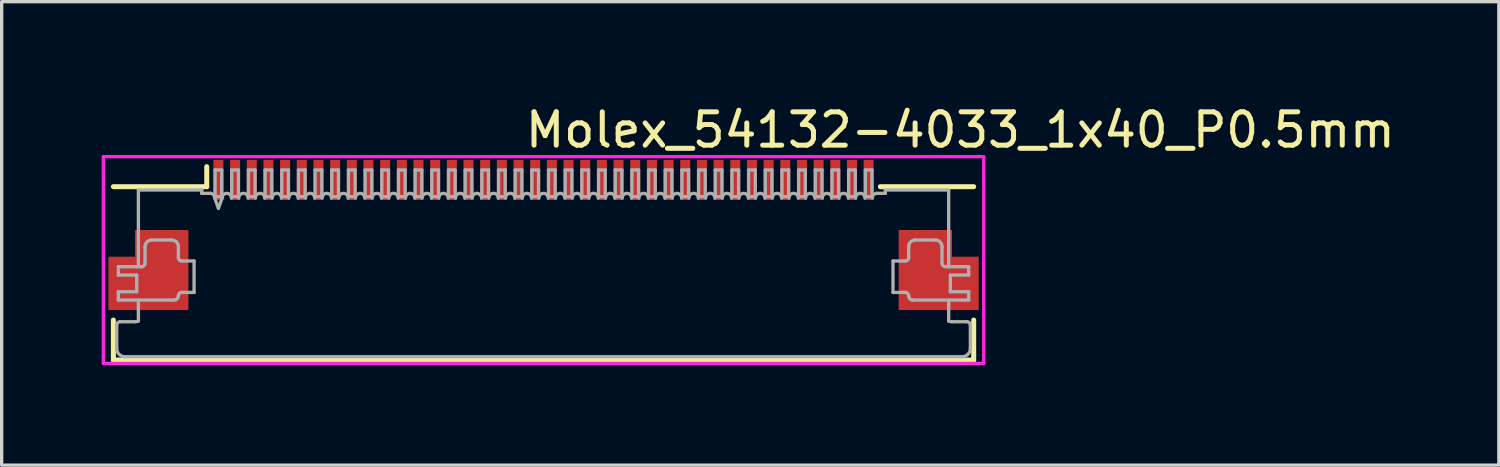
<source format=kicad_pcb>
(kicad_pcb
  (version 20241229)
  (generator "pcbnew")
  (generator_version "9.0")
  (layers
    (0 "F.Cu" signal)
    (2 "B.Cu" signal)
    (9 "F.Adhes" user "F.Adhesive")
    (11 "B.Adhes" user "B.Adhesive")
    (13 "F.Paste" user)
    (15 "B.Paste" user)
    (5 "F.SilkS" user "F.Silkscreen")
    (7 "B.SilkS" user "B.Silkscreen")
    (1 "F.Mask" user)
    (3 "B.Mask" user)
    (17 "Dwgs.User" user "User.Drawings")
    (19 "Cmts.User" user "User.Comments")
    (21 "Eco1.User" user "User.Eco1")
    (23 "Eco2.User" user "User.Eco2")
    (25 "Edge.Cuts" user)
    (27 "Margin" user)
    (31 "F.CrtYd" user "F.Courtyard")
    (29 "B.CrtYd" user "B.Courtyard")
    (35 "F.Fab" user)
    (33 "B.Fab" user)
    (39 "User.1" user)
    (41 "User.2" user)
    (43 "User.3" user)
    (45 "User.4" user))
  (footprint "Molex_54132-4033_1x40_P0.5mm"
    (layer "F.Cu")
    (at 13.25 2.348)
    (property "Reference" "Molex_54132-4033_1x40_P0.5mm" (at 12.5 -1.5 0) (layer "F.SilkS") (effects (font (size 1 1) (thickness 0.15))))
    (attr smd)
    (fp_line (start -12.9 5.4) (end -12.9 4.2) (stroke (width 0.15) (type solid)) (layer "F.SilkS"))
    (fp_line (start -12.9 5.4) (end 12.9 5.4) (stroke (width 0.15) (type solid)) (layer "F.SilkS"))
    (fp_line (start -10.1 -0.4) (end -10.1 0.2) (stroke (width 0.15) (type solid)) (layer "F.SilkS"))
    (fp_line (start -10.1 0.2) (end -12.9 0.2) (stroke (width 0.15) (type solid)) (layer "F.SilkS"))
    (fp_line (start 10.1 0.2) (end 12.9 0.2) (stroke (width 0.15) (type solid)) (layer "F.SilkS"))
    (fp_line (start 12.9 5.4) (end 12.9 4.2) (stroke (width 0.15) (type solid)) (layer "F.SilkS"))
    (fp_line (start -13.2 -0.7) (end -13.2 5.5) (stroke (width 0.1) (type solid)) (layer "F.CrtYd"))
    (fp_line (start -13.2 5.5) (end 13.2 5.5) (stroke (width 0.1) (type solid)) (layer "F.CrtYd"))
    (fp_line (start 13.2 -0.7) (end -13.2 -0.7) (stroke (width 0.1) (type solid)) (layer "F.CrtYd"))
    (fp_line (start 13.2 5.5) (end 13.2 -0.7) (stroke (width 0.1) (type solid)) (layer "F.CrtYd"))
    (fp_line (start -12.8 4.35) (end -12.8 5.05) (stroke (width 0.1) (type solid)) (layer "F.Fab"))
    (fp_line (start -12.75 2.6) (end -12.75 2.85) (stroke (width 0.1) (type solid)) (layer "F.Fab"))
    (fp_line (start -12.75 3.35) (end -12.75 3.6) (stroke (width 0.1) (type solid)) (layer "F.Fab"))
    (fp_line (start -12.7 4.25) (end -12.25 4.25) (stroke (width 0.1) (type solid)) (layer "F.Fab"))
    (fp_line (start -12.55 5.3) (end 12.55 5.3) (stroke (width 0.1) (type solid)) (layer "F.Fab"))
    (fp_line (start -12.2 2.85) (end -12.75 2.85) (stroke (width 0.1) (type solid)) (layer "F.Fab"))
    (fp_line (start -12.2 2.85) (end -12.2 3.35) (stroke (width 0.1) (type solid)) (layer "F.Fab"))
    (fp_line (start -12.2 3.35) (end -12.75 3.35) (stroke (width 0.1) (type solid)) (layer "F.Fab"))
    (fp_line (start -12.15 2.6) (end -12.15 0.3) (stroke (width 0.1) (type solid)) (layer "F.Fab"))
    (fp_line (start -12.15 4.229) (end -12.15 3.6) (stroke (width 0.1) (type solid)) (layer "F.Fab"))
    (fp_line (start -12.05 2.6) (end -12.75 2.6) (stroke (width 0.1) (type solid)) (layer "F.Fab"))
    (fp_line (start -11.95 2) (end -11.95 2.5) (stroke (width 0.1) (type solid)) (layer "F.Fab"))
    (fp_line (start -11.15 1.8) (end -11.75 1.8) (stroke (width 0.1) (type solid)) (layer "F.Fab"))
    (fp_line (start -11.08 3.6) (end -12.75 3.6) (stroke (width 0.1) (type solid)) (layer "F.Fab"))
    (fp_line (start -10.95 2) (end -10.95 2.33) (stroke (width 0.1) (type solid)) (layer "F.Fab"))
    (fp_line (start -10.48 2.43) (end -10.85 2.43) (stroke (width 0.1) (type solid)) (layer "F.Fab"))
    (fp_line (start -10.48 2.43) (end -10.48 3.37) (stroke (width 0.1) (type solid)) (layer "F.Fab"))
    (fp_line (start -10.48 3.37) (end -10.85 3.37) (stroke (width 0.1) (type solid)) (layer "F.Fab"))
    (fp_line (start -10.25 0.3) (end -12.15 0.3) (stroke (width 0.1) (type solid)) (layer "F.Fab"))
    (fp_line (start -10.25 0.4) (end -10.25 0.3) (stroke (width 0.1) (type solid)) (layer "F.Fab"))
    (fp_line (start -10 0.4) (end -10.25 0.4) (stroke (width 0.1) (type solid)) (layer "F.Fab"))
    (fp_line (start -9.86 0.54) (end -9.75 0.85) (stroke (width 0.1) (type solid)) (layer "F.Fab"))
    (fp_line (start -9.85 -0.3) (end -9.85 0.5) (stroke (width 0.1) (type solid)) (layer "F.Fab"))
    (fp_line (start -9.75 0.85) (end -9.64 0.54) (stroke (width 0.1) (type solid)) (layer "F.Fab"))
    (fp_line (start -9.65 -0.3) (end -9.85 -0.3) (stroke (width 0.1) (type solid)) (layer "F.Fab"))
    (fp_line (start -9.65 -0.3) (end -9.65 0.5) (stroke (width 0.1) (type solid)) (layer "F.Fab"))
    (fp_line (start -9.65 0.5) (end -9.85 0.5) (stroke (width 0.1) (type solid)) (layer "F.Fab"))
    (fp_line (start -9.35 -0.3) (end -9.35 0.5) (stroke (width 0.1) (type solid)) (layer "F.Fab"))
    (fp_line (start -9.15 -0.3) (end -9.35 -0.3) (stroke (width 0.1) (type solid)) (layer "F.Fab"))
    (fp_line (start -9.15 -0.3) (end -9.15 0.5) (stroke (width 0.1) (type solid)) (layer "F.Fab"))
    (fp_line (start -9.15 0.5) (end -9.35 0.5) (stroke (width 0.1) (type solid)) (layer "F.Fab"))
    (fp_line (start -8.85 -0.3) (end -8.85 0.5) (stroke (width 0.1) (type solid)) (layer "F.Fab"))
    (fp_line (start -8.65 -0.3) (end -8.85 -0.3) (stroke (width 0.1) (type solid)) (layer "F.Fab"))
    (fp_line (start -8.65 -0.3) (end -8.65 0.5) (stroke (width 0.1) (type solid)) (layer "F.Fab"))
    (fp_line (start -8.65 0.5) (end -8.85 0.5) (stroke (width 0.1) (type solid)) (layer "F.Fab"))
    (fp_line (start -8.35 -0.3) (end -8.35 0.5) (stroke (width 0.1) (type solid)) (layer "F.Fab"))
    (fp_line (start -8.15 -0.3) (end -8.35 -0.3) (stroke (width 0.1) (type solid)) (layer "F.Fab"))
    (fp_line (start -8.15 -0.3) (end -8.15 0.5) (stroke (width 0.1) (type solid)) (layer "F.Fab"))
    (fp_line (start -8.15 0.5) (end -8.35 0.5) (stroke (width 0.1) (type solid)) (layer "F.Fab"))
    (fp_line (start -7.85 -0.3) (end -7.85 0.5) (stroke (width 0.1) (type solid)) (layer "F.Fab"))
    (fp_line (start -7.65 -0.3) (end -7.85 -0.3) (stroke (width 0.1) (type solid)) (layer "F.Fab"))
    (fp_line (start -7.65 -0.3) (end -7.65 0.5) (stroke (width 0.1) (type solid)) (layer "F.Fab"))
    (fp_line (start -7.65 0.5) (end -7.85 0.5) (stroke (width 0.1) (type solid)) (layer "F.Fab"))
    (fp_line (start -7.35 -0.3) (end -7.35 0.5) (stroke (width 0.1) (type solid)) (layer "F.Fab"))
    (fp_line (start -7.15 -0.3) (end -7.35 -0.3) (stroke (width 0.1) (type solid)) (layer "F.Fab"))
    (fp_line (start -7.15 -0.3) (end -7.15 0.5) (stroke (width 0.1) (type solid)) (layer "F.Fab"))
    (fp_line (start -7.15 0.5) (end -7.35 0.5) (stroke (width 0.1) (type solid)) (layer "F.Fab"))
    (fp_line (start -6.85 -0.3) (end -6.85 0.5) (stroke (width 0.1) (type solid)) (layer "F.Fab"))
    (fp_line (start -6.65 -0.3) (end -6.85 -0.3) (stroke (width 0.1) (type solid)) (layer "F.Fab"))
    (fp_line (start -6.65 -0.3) (end -6.65 0.5) (stroke (width 0.1) (type solid)) (layer "F.Fab"))
    (fp_line (start -6.65 0.5) (end -6.85 0.5) (stroke (width 0.1) (type solid)) (layer "F.Fab"))
    (fp_line (start -6.35 -0.3) (end -6.35 0.5) (stroke (width 0.1) (type solid)) (layer "F.Fab"))
    (fp_line (start -6.15 -0.3) (end -6.35 -0.3) (stroke (width 0.1) (type solid)) (layer "F.Fab"))
    (fp_line (start -6.15 -0.3) (end -6.15 0.5) (stroke (width 0.1) (type solid)) (layer "F.Fab"))
    (fp_line (start -6.15 0.5) (end -6.35 0.5) (stroke (width 0.1) (type solid)) (layer "F.Fab"))
    (fp_line (start -5.85 -0.3) (end -5.85 0.5) (stroke (width 0.1) (type solid)) (layer "F.Fab"))
    (fp_line (start -5.65 -0.3) (end -5.85 -0.3) (stroke (width 0.1) (type solid)) (layer "F.Fab"))
    (fp_line (start -5.65 -0.3) (end -5.65 0.5) (stroke (width 0.1) (type solid)) (layer "F.Fab"))
    (fp_line (start -5.65 0.5) (end -5.85 0.5) (stroke (width 0.1) (type solid)) (layer "F.Fab"))
    (fp_line (start -5.35 -0.3) (end -5.35 0.5) (stroke (width 0.1) (type solid)) (layer "F.Fab"))
    (fp_line (start -5.15 -0.3) (end -5.35 -0.3) (stroke (width 0.1) (type solid)) (layer "F.Fab"))
    (fp_line (start -5.15 -0.3) (end -5.15 0.5) (stroke (width 0.1) (type solid)) (layer "F.Fab"))
    (fp_line (start -5.15 0.5) (end -5.35 0.5) (stroke (width 0.1) (type solid)) (layer "F.Fab"))
    (fp_line (start -4.85 -0.3) (end -4.85 0.5) (stroke (width 0.1) (type solid)) (layer "F.Fab"))
    (fp_line (start -4.65 -0.3) (end -4.85 -0.3) (stroke (width 0.1) (type solid)) (layer "F.Fab"))
    (fp_line (start -4.65 -0.3) (end -4.65 0.5) (stroke (width 0.1) (type solid)) (layer "F.Fab"))
    (fp_line (start -4.65 0.5) (end -4.85 0.5) (stroke (width 0.1) (type solid)) (layer "F.Fab"))
    (fp_line (start -4.35 -0.3) (end -4.35 0.5) (stroke (width 0.1) (type solid)) (layer "F.Fab"))
    (fp_line (start -4.15 -0.3) (end -4.35 -0.3) (stroke (width 0.1) (type solid)) (layer "F.Fab"))
    (fp_line (start -4.15 -0.3) (end -4.15 0.5) (stroke (width 0.1) (type solid)) (layer "F.Fab"))
    (fp_line (start -4.15 0.5) (end -4.35 0.5) (stroke (width 0.1) (type solid)) (layer "F.Fab"))
    (fp_line (start -3.85 -0.3) (end -3.85 0.5) (stroke (width 0.1) (type solid)) (layer "F.Fab"))
    (fp_line (start -3.65 -0.3) (end -3.85 -0.3) (stroke (width 0.1) (type solid)) (layer "F.Fab"))
    (fp_line (start -3.65 -0.3) (end -3.65 0.5) (stroke (width 0.1) (type solid)) (layer "F.Fab"))
    (fp_line (start -3.65 0.5) (end -3.85 0.5) (stroke (width 0.1) (type solid)) (layer "F.Fab"))
    (fp_line (start -3.35 -0.3) (end -3.35 0.5) (stroke (width 0.1) (type solid)) (layer "F.Fab"))
    (fp_line (start -3.15 -0.3) (end -3.35 -0.3) (stroke (width 0.1) (type solid)) (layer "F.Fab"))
    (fp_line (start -3.15 -0.3) (end -3.15 0.5) (stroke (width 0.1) (type solid)) (layer "F.Fab"))
    (fp_line (start -3.15 0.5) (end -3.35 0.5) (stroke (width 0.1) (type solid)) (layer "F.Fab"))
    (fp_line (start -2.85 -0.3) (end -2.85 0.5) (stroke (width 0.1) (type solid)) (layer "F.Fab"))
    (fp_line (start -2.65 -0.3) (end -2.85 -0.3) (stroke (width 0.1) (type solid)) (layer "F.Fab"))
    (fp_line (start -2.65 -0.3) (end -2.65 0.5) (stroke (width 0.1) (type solid)) (layer "F.Fab"))
    (fp_line (start -2.65 0.5) (end -2.85 0.5) (stroke (width 0.1) (type solid)) (layer "F.Fab"))
    (fp_line (start -2.35 -0.3) (end -2.35 0.5) (stroke (width 0.1) (type solid)) (layer "F.Fab"))
    (fp_line (start -2.15 -0.3) (end -2.35 -0.3) (stroke (width 0.1) (type solid)) (layer "F.Fab"))
    (fp_line (start -2.15 -0.3) (end -2.15 0.5) (stroke (width 0.1) (type solid)) (layer "F.Fab"))
    (fp_line (start -2.15 0.5) (end -2.35 0.5) (stroke (width 0.1) (type solid)) (layer "F.Fab"))
    (fp_line (start -1.85 -0.3) (end -1.85 0.5) (stroke (width 0.1) (type solid)) (layer "F.Fab"))
    (fp_line (start -1.65 -0.3) (end -1.85 -0.3) (stroke (width 0.1) (type solid)) (layer "F.Fab"))
    (fp_line (start -1.65 -0.3) (end -1.65 0.5) (stroke (width 0.1) (type solid)) (layer "F.Fab"))
    (fp_line (start -1.65 0.5) (end -1.85 0.5) (stroke (width 0.1) (type solid)) (layer "F.Fab"))
    (fp_line (start -1.35 -0.3) (end -1.35 0.5) (stroke (width 0.1) (type solid)) (layer "F.Fab"))
    (fp_line (start -1.15 -0.3) (end -1.35 -0.3) (stroke (width 0.1) (type solid)) (layer "F.Fab"))
    (fp_line (start -1.15 -0.3) (end -1.15 0.5) (stroke (width 0.1) (type solid)) (layer "F.Fab"))
    (fp_line (start -1.15 0.5) (end -1.35 0.5) (stroke (width 0.1) (type solid)) (layer "F.Fab"))
    (fp_line (start -0.85 -0.3) (end -0.85 0.5) (stroke (width 0.1) (type solid)) (layer "F.Fab"))
    (fp_line (start -0.65 -0.3) (end -0.85 -0.3) (stroke (width 0.1) (type solid)) (layer "F.Fab"))
    (fp_line (start -0.65 -0.3) (end -0.65 0.5) (stroke (width 0.1) (type solid)) (layer "F.Fab"))
    (fp_line (start -0.65 0.5) (end -0.85 0.5) (stroke (width 0.1) (type solid)) (layer "F.Fab"))
    (fp_line (start -0.35 -0.3) (end -0.35 0.5) (stroke (width 0.1) (type solid)) (layer "F.Fab"))
    (fp_line (start -0.15 -0.3) (end -0.35 -0.3) (stroke (width 0.1) (type solid)) (layer "F.Fab"))
    (fp_line (start -0.15 -0.3) (end -0.15 0.5) (stroke (width 0.1) (type solid)) (layer "F.Fab"))
    (fp_line (start -0.15 0.5) (end -0.35 0.5) (stroke (width 0.1) (type solid)) (layer "F.Fab"))
    (fp_line (start 0.15 -0.3) (end 0.15 0.5) (stroke (width 0.1) (type solid)) (layer "F.Fab"))
    (fp_line (start 0.35 -0.3) (end 0.15 -0.3) (stroke (width 0.1) (type solid)) (layer "F.Fab"))
    (fp_line (start 0.35 -0.3) (end 0.35 0.5) (stroke (width 0.1) (type solid)) (layer "F.Fab"))
    (fp_line (start 0.35 0.5) (end 0.15 0.5) (stroke (width 0.1) (type solid)) (layer "F.Fab"))
    (fp_line (start 0.65 -0.3) (end 0.65 0.5) (stroke (width 0.1) (type solid)) (layer "F.Fab"))
    (fp_line (start 0.85 -0.3) (end 0.65 -0.3) (stroke (width 0.1) (type solid)) (layer "F.Fab"))
    (fp_line (start 0.85 -0.3) (end 0.85 0.5) (stroke (width 0.1) (type solid)) (layer "F.Fab"))
    (fp_line (start 0.85 0.5) (end 0.65 0.5) (stroke (width 0.1) (type solid)) (layer "F.Fab"))
    (fp_line (start 1.15 -0.3) (end 1.15 0.5) (stroke (width 0.1) (type solid)) (layer "F.Fab"))
    (fp_line (start 1.35 -0.3) (end 1.15 -0.3) (stroke (width 0.1) (type solid)) (layer "F.Fab"))
    (fp_line (start 1.35 -0.3) (end 1.35 0.5) (stroke (width 0.1) (type solid)) (layer "F.Fab"))
    (fp_line (start 1.35 0.5) (end 1.15 0.5) (stroke (width 0.1) (type solid)) (layer "F.Fab"))
    (fp_line (start 1.65 -0.3) (end 1.65 0.5) (stroke (width 0.1) (type solid)) (layer "F.Fab"))
    (fp_line (start 1.85 -0.3) (end 1.65 -0.3) (stroke (width 0.1) (type solid)) (layer "F.Fab"))
    (fp_line (start 1.85 -0.3) (end 1.85 0.5) (stroke (width 0.1) (type solid)) (layer "F.Fab"))
    (fp_line (start 1.85 0.5) (end 1.65 0.5) (stroke (width 0.1) (type solid)) (layer "F.Fab"))
    (fp_line (start 2.15 -0.3) (end 2.15 0.5) (stroke (width 0.1) (type solid)) (layer "F.Fab"))
    (fp_line (start 2.35 -0.3) (end 2.15 -0.3) (stroke (width 0.1) (type solid)) (layer "F.Fab"))
    (fp_line (start 2.35 -0.3) (end 2.35 0.5) (stroke (width 0.1) (type solid)) (layer "F.Fab"))
    (fp_line (start 2.35 0.5) (end 2.15 0.5) (stroke (width 0.1) (type solid)) (layer "F.Fab"))
    (fp_line (start 2.65 -0.3) (end 2.65 0.5) (stroke (width 0.1) (type solid)) (layer "F.Fab"))
    (fp_line (start 2.85 -0.3) (end 2.65 -0.3) (stroke (width 0.1) (type solid)) (layer "F.Fab"))
    (fp_line (start 2.85 -0.3) (end 2.85 0.5) (stroke (width 0.1) (type solid)) (layer "F.Fab"))
    (fp_line (start 2.85 0.5) (end 2.65 0.5) (stroke (width 0.1) (type solid)) (layer "F.Fab"))
    (fp_line (start 3.15 -0.3) (end 3.15 0.5) (stroke (width 0.1) (type solid)) (layer "F.Fab"))
    (fp_line (start 3.35 -0.3) (end 3.15 -0.3) (stroke (width 0.1) (type solid)) (layer "F.Fab"))
    (fp_line (start 3.35 -0.3) (end 3.35 0.5) (stroke (width 0.1) (type solid)) (layer "F.Fab"))
    (fp_line (start 3.35 0.5) (end 3.15 0.5) (stroke (width 0.1) (type solid)) (layer "F.Fab"))
    (fp_line (start 3.65 -0.3) (end 3.65 0.5) (stroke (width 0.1) (type solid)) (layer "F.Fab"))
    (fp_line (start 3.85 -0.3) (end 3.65 -0.3) (stroke (width 0.1) (type solid)) (layer "F.Fab"))
    (fp_line (start 3.85 -0.3) (end 3.85 0.5) (stroke (width 0.1) (type solid)) (layer "F.Fab"))
    (fp_line (start 3.85 0.5) (end 3.65 0.5) (stroke (width 0.1) (type solid)) (layer "F.Fab"))
    (fp_line (start 4.15 -0.3) (end 4.15 0.5) (stroke (width 0.1) (type solid)) (layer "F.Fab"))
    (fp_line (start 4.35 -0.3) (end 4.15 -0.3) (stroke (width 0.1) (type solid)) (layer "F.Fab"))
    (fp_line (start 4.35 -0.3) (end 4.35 0.5) (stroke (width 0.1) (type solid)) (layer "F.Fab"))
    (fp_line (start 4.35 0.5) (end 4.15 0.5) (stroke (width 0.1) (type solid)) (layer "F.Fab"))
    (fp_line (start 4.65 -0.3) (end 4.65 0.5) (stroke (width 0.1) (type solid)) (layer "F.Fab"))
    (fp_line (start 4.85 -0.3) (end 4.65 -0.3) (stroke (width 0.1) (type solid)) (layer "F.Fab"))
    (fp_line (start 4.85 -0.3) (end 4.85 0.5) (stroke (width 0.1) (type solid)) (layer "F.Fab"))
    (fp_line (start 4.85 0.5) (end 4.65 0.5) (stroke (width 0.1) (type solid)) (layer "F.Fab"))
    (fp_line (start 5.15 -0.3) (end 5.15 0.5) (stroke (width 0.1) (type solid)) (layer "F.Fab"))
    (fp_line (start 5.35 -0.3) (end 5.15 -0.3) (stroke (width 0.1) (type solid)) (layer "F.Fab"))
    (fp_line (start 5.35 -0.3) (end 5.35 0.5) (stroke (width 0.1) (type solid)) (layer "F.Fab"))
    (fp_line (start 5.35 0.5) (end 5.15 0.5) (stroke (width 0.1) (type solid)) (layer "F.Fab"))
    (fp_line (start 5.65 -0.3) (end 5.65 0.5) (stroke (width 0.1) (type solid)) (layer "F.Fab"))
    (fp_line (start 5.85 -0.3) (end 5.65 -0.3) (stroke (width 0.1) (type solid)) (layer "F.Fab"))
    (fp_line (start 5.85 -0.3) (end 5.85 0.5) (stroke (width 0.1) (type solid)) (layer "F.Fab"))
    (fp_line (start 5.85 0.5) (end 5.65 0.5) (stroke (width 0.1) (type solid)) (layer "F.Fab"))
    (fp_line (start 6.15 -0.3) (end 6.15 0.5) (stroke (width 0.1) (type solid)) (layer "F.Fab"))
    (fp_line (start 6.35 -0.3) (end 6.15 -0.3) (stroke (width 0.1) (type solid)) (layer "F.Fab"))
    (fp_line (start 6.35 -0.3) (end 6.35 0.5) (stroke (width 0.1) (type solid)) (layer "F.Fab"))
    (fp_line (start 6.35 0.5) (end 6.15 0.5) (stroke (width 0.1) (type solid)) (layer "F.Fab"))
    (fp_line (start 6.65 -0.3) (end 6.65 0.5) (stroke (width 0.1) (type solid)) (layer "F.Fab"))
    (fp_line (start 6.85 -0.3) (end 6.65 -0.3) (stroke (width 0.1) (type solid)) (layer "F.Fab"))
    (fp_line (start 6.85 -0.3) (end 6.85 0.5) (stroke (width 0.1) (type solid)) (layer "F.Fab"))
    (fp_line (start 6.85 0.5) (end 6.65 0.5) (stroke (width 0.1) (type solid)) (layer "F.Fab"))
    (fp_line (start 7.15 -0.3) (end 7.15 0.5) (stroke (width 0.1) (type solid)) (layer "F.Fab"))
    (fp_line (start 7.35 -0.3) (end 7.15 -0.3) (stroke (width 0.1) (type solid)) (layer "F.Fab"))
    (fp_line (start 7.35 -0.3) (end 7.35 0.5) (stroke (width 0.1) (type solid)) (layer "F.Fab"))
    (fp_line (start 7.35 0.5) (end 7.15 0.5) (stroke (width 0.1) (type solid)) (layer "F.Fab"))
    (fp_line (start 7.65 -0.3) (end 7.65 0.5) (stroke (width 0.1) (type solid)) (layer "F.Fab"))
    (fp_line (start 7.85 -0.3) (end 7.65 -0.3) (stroke (width 0.1) (type solid)) (layer "F.Fab"))
    (fp_line (start 7.85 -0.3) (end 7.85 0.5) (stroke (width 0.1) (type solid)) (layer "F.Fab"))
    (fp_line (start 7.85 0.5) (end 7.65 0.5) (stroke (width 0.1) (type solid)) (layer "F.Fab"))
    (fp_line (start 8.15 -0.3) (end 8.15 0.5) (stroke (width 0.1) (type solid)) (layer "F.Fab"))
    (fp_line (start 8.35 -0.3) (end 8.15 -0.3) (stroke (width 0.1) (type solid)) (layer "F.Fab"))
    (fp_line (start 8.35 -0.3) (end 8.35 0.5) (stroke (width 0.1) (type solid)) (layer "F.Fab"))
    (fp_line (start 8.35 0.5) (end 8.15 0.5) (stroke (width 0.1) (type solid)) (layer "F.Fab"))
    (fp_line (start 8.65 -0.3) (end 8.65 0.5) (stroke (width 0.1) (type solid)) (layer "F.Fab"))
    (fp_line (start 8.85 -0.3) (end 8.65 -0.3) (stroke (width 0.1) (type solid)) (layer "F.Fab"))
    (fp_line (start 8.85 -0.3) (end 8.85 0.5) (stroke (width 0.1) (type solid)) (layer "F.Fab"))
    (fp_line (start 8.85 0.5) (end 8.65 0.5) (stroke (width 0.1) (type solid)) (layer "F.Fab"))
    (fp_line (start 9.15 -0.3) (end 9.15 0.5) (stroke (width 0.1) (type solid)) (layer "F.Fab"))
    (fp_line (start 9.35 -0.3) (end 9.15 -0.3) (stroke (width 0.1) (type solid)) (layer "F.Fab"))
    (fp_line (start 9.35 -0.3) (end 9.35 0.5) (stroke (width 0.1) (type solid)) (layer "F.Fab"))
    (fp_line (start 9.35 0.5) (end 9.15 0.5) (stroke (width 0.1) (type solid)) (layer "F.Fab"))
    (fp_line (start 9.65 -0.3) (end 9.65 0.5) (stroke (width 0.1) (type solid)) (layer "F.Fab"))
    (fp_line (start 9.85 -0.3) (end 9.65 -0.3) (stroke (width 0.1) (type solid)) (layer "F.Fab"))
    (fp_line (start 9.85 -0.3) (end 9.85 0.5) (stroke (width 0.1) (type solid)) (layer "F.Fab"))
    (fp_line (start 9.85 0.5) (end 9.65 0.5) (stroke (width 0.1) (type solid)) (layer "F.Fab"))
    (fp_line (start 10 0.4) (end 10.25 0.4) (stroke (width 0.1) (type solid)) (layer "F.Fab"))
    (fp_line (start 10.25 0.3) (end 12.15 0.3) (stroke (width 0.1) (type solid)) (layer "F.Fab"))
    (fp_line (start 10.25 0.4) (end 10.25 0.3) (stroke (width 0.1) (type solid)) (layer "F.Fab"))
    (fp_line (start 10.48 2.43) (end 10.48 3.37) (stroke (width 0.1) (type solid)) (layer "F.Fab"))
    (fp_line (start 10.48 2.43) (end 10.85 2.43) (stroke (width 0.1) (type solid)) (layer "F.Fab"))
    (fp_line (start 10.48 3.37) (end 10.85 3.37) (stroke (width 0.1) (type solid)) (layer "F.Fab"))
    (fp_line (start 10.95 2) (end 10.95 2.33) (stroke (width 0.1) (type solid)) (layer "F.Fab"))
    (fp_line (start 11.08 3.6) (end 12.75 3.6) (stroke (width 0.1) (type solid)) (layer "F.Fab"))
    (fp_line (start 11.15 1.8) (end 11.75 1.8) (stroke (width 0.1) (type solid)) (layer "F.Fab"))
    (fp_line (start 11.95 2) (end 11.95 2.5) (stroke (width 0.1) (type solid)) (layer "F.Fab"))
    (fp_line (start 12.05 2.6) (end 12.75 2.6) (stroke (width 0.1) (type solid)) (layer "F.Fab"))
    (fp_line (start 12.15 2.6) (end 12.15 0.3) (stroke (width 0.1) (type solid)) (layer "F.Fab"))
    (fp_line (start 12.15 4.229) (end 12.15 3.6) (stroke (width 0.1) (type solid)) (layer "F.Fab"))
    (fp_line (start 12.2 2.85) (end 12.2 3.35) (stroke (width 0.1) (type solid)) (layer "F.Fab"))
    (fp_line (start 12.2 2.85) (end 12.75 2.85) (stroke (width 0.1) (type solid)) (layer "F.Fab"))
    (fp_line (start 12.2 3.35) (end 12.75 3.35) (stroke (width 0.1) (type solid)) (layer "F.Fab"))
    (fp_line (start 12.7 4.25) (end 12.25 4.25) (stroke (width 0.1) (type solid)) (layer "F.Fab"))
    (fp_line (start 12.75 2.6) (end 12.75 2.85) (stroke (width 0.1) (type solid)) (layer "F.Fab"))
    (fp_line (start 12.75 3.35) (end 12.75 3.6) (stroke (width 0.1) (type solid)) (layer "F.Fab"))
    (fp_line (start 12.8 4.35) (end 12.8 5.05) (stroke (width 0.1) (type solid)) (layer "F.Fab"))
    (fp_arc (start -12.800243 4.349968) (mid -12.770948 4.279242) (end -12.700222 4.249947) (stroke (width 0.1) (type solid)) (layer "F.Fab"))
    (fp_arc (start -12.550222 5.300253) (mid -12.727006 5.227027) (end -12.800232 5.050243) (stroke (width 0.1) (type solid)) (layer "F.Fab"))
    (fp_arc (start -12.150241 4.229127) (mid -12.199198 4.244393) (end -12.250179 4.249947) (stroke (width 0.1) (type solid)) (layer "F.Fab"))
    (fp_arc (start -11.950137 1.999735) (mid -11.891565 1.858328) (end -11.750158 1.799756) (stroke (width 0.1) (type solid)) (layer "F.Fab"))
    (fp_arc (start -11.950136 2.500052) (mid -11.979432 2.570778) (end -12.050158 2.600074) (stroke (width 0.1) (type solid)) (layer "F.Fab"))
    (fp_arc (start -11.15003 1.800218) (mid -11.00868 1.858507) (end -10.950095 1.999735) (stroke (width 0.1) (type solid)) (layer "F.Fab"))
    (fp_arc (start -10.950095 3.470099) (mid -10.9208 3.399373) (end -10.850074 3.370078) (stroke (width 0.1) (type solid)) (layer "F.Fab"))
    (fp_arc (start -10.950094 3.470099) (mid -10.988163 3.562005) (end -11.080069 3.600074) (stroke (width 0.1) (type solid)) (layer "F.Fab"))
    (fp_arc (start -10.850074 2.429773) (mid -10.9208 2.400478) (end -10.950095 2.329752) (stroke (width 0.1) (type solid)) (layer "F.Fab"))
    (fp_arc (start -9.999947 0.399819) (mid -9.900941 0.440843) (end -9.859917 0.539849) (stroke (width 0.1) (type solid)) (layer "F.Fab"))
    (fp_arc (start -9.639977 0.539849) (mid -9.499947 0.399819) (end -9.359917 0.539849) (stroke (width 0.1) (type solid)) (layer "F.Fab"))
    (fp_arc (start -9.139977 0.539849) (mid -8.999947 0.399819) (end -8.859917 0.539849) (stroke (width 0.1) (type solid)) (layer "F.Fab"))
    (fp_arc (start -8.639977 0.539849) (mid -8.499947 0.399819) (end -8.359917 0.539849) (stroke (width 0.1) (type solid)) (layer "F.Fab"))
    (fp_arc (start -8.139977 0.539849) (mid -7.999947 0.399819) (end -7.859917 0.539849) (stroke (width 0.1) (type solid)) (layer "F.Fab"))
    (fp_arc (start -7.639977 0.539849) (mid -7.499947 0.399819) (end -7.359917 0.539849) (stroke (width 0.1) (type solid)) (layer "F.Fab"))
    (fp_arc (start -7.139977 0.539849) (mid -6.999947 0.399819) (end -6.859917 0.539849) (stroke (width 0.1) (type solid)) (layer "F.Fab"))
    (fp_arc (start -6.639977 0.539849) (mid -6.499947 0.399819) (end -6.359917 0.539849) (stroke (width 0.1) (type solid)) (layer "F.Fab"))
    (fp_arc (start -6.139977 0.539849) (mid -5.999947 0.399819) (end -5.859917 0.539849) (stroke (width 0.1) (type solid)) (layer "F.Fab"))
    (fp_arc (start -5.639977 0.539849) (mid -5.499947 0.399819) (end -5.359917 0.539849) (stroke (width 0.1) (type solid)) (layer "F.Fab"))
    (fp_arc (start -5.139977 0.539849) (mid -4.999947 0.399819) (end -4.859917 0.539849) (stroke (width 0.1) (type solid)) (layer "F.Fab"))
    (fp_arc (start -4.639977 0.539849) (mid -4.499947 0.399819) (end -4.359917 0.539849) (stroke (width 0.1) (type solid)) (layer "F.Fab"))
    (fp_arc (start -4.139977 0.539849) (mid -3.999947 0.399819) (end -3.859917 0.539849) (stroke (width 0.1) (type solid)) (layer "F.Fab"))
    (fp_arc (start -3.639977 0.539849) (mid -3.499947 0.399819) (end -3.359917 0.539849) (stroke (width 0.1) (type solid)) (layer "F.Fab"))
    (fp_arc (start -3.139977 0.539849) (mid -2.999947 0.399819) (end -2.859917 0.539849) (stroke (width 0.1) (type solid)) (layer "F.Fab"))
    (fp_arc (start -2.639977 0.539849) (mid -2.499947 0.399819) (end -2.359917 0.539849) (stroke (width 0.1) (type solid)) (layer "F.Fab"))
    (fp_arc (start -2.139977 0.539849) (mid -1.999947 0.399819) (end -1.859917 0.539849) (stroke (width 0.1) (type solid)) (layer "F.Fab"))
    (fp_arc (start -1.639977 0.539849) (mid -1.499947 0.399819) (end -1.359917 0.539849) (stroke (width 0.1) (type solid)) (layer "F.Fab"))
    (fp_arc (start -1.139977 0.539849) (mid -0.999947 0.399819) (end -0.859917 0.539849) (stroke (width 0.1) (type solid)) (layer "F.Fab"))
    (fp_arc (start -0.639977 0.539849) (mid -0.499947 0.399819) (end -0.359917 0.539849) (stroke (width 0.1) (type solid)) (layer "F.Fab"))
    (fp_arc (start -0.139978 0.539849) (mid 0.000052 0.399819) (end 0.140082 0.539849) (stroke (width 0.1) (type solid)) (layer "F.Fab"))
    (fp_arc (start 0.360022 0.539849) (mid 0.500052 0.399819) (end 0.640082 0.539849) (stroke (width 0.1) (type solid)) (layer "F.Fab"))
    (fp_arc (start 0.860022 0.539849) (mid 1.000052 0.399819) (end 1.140082 0.539849) (stroke (width 0.1) (type solid)) (layer "F.Fab"))
    (fp_arc (start 1.360022 0.539849) (mid 1.500052 0.399819) (end 1.640082 0.539849) (stroke (width 0.1) (type solid)) (layer "F.Fab"))
    (fp_arc (start 1.860022 0.539849) (mid 2.000052 0.399819) (end 2.140082 0.539849) (stroke (width 0.1) (type solid)) (layer "F.Fab"))
    (fp_arc (start 2.360022 0.539849) (mid 2.500052 0.399819) (end 2.640082 0.539849) (stroke (width 0.1) (type solid)) (layer "F.Fab"))
    (fp_arc (start 2.860022 0.539849) (mid 3.000052 0.399819) (end 3.140082 0.539849) (stroke (width 0.1) (type solid)) (layer "F.Fab"))
    (fp_arc (start 3.360022 0.539849) (mid 3.500052 0.399819) (end 3.640082 0.539849) (stroke (width 0.1) (type solid)) (layer "F.Fab"))
    (fp_arc (start 3.860022 0.539849) (mid 4.000052 0.399819) (end 4.140082 0.539849) (stroke (width 0.1) (type solid)) (layer "F.Fab"))
    (fp_arc (start 4.360022 0.539849) (mid 4.500052 0.399819) (end 4.640082 0.539849) (stroke (width 0.1) (type solid)) (layer "F.Fab"))
    (fp_arc (start 4.860022 0.539849) (mid 5.000052 0.399819) (end 5.140082 0.539849) (stroke (width 0.1) (type solid)) (layer "F.Fab"))
    (fp_arc (start 5.360022 0.539849) (mid 5.500052 0.399819) (end 5.640082 0.539849) (stroke (width 0.1) (type solid)) (layer "F.Fab"))
    (fp_arc (start 5.860022 0.539849) (mid 6.000052 0.399819) (end 6.140082 0.539849) (stroke (width 0.1) (type solid)) (layer "F.Fab"))
    (fp_arc (start 6.360022 0.539849) (mid 6.500052 0.399819) (end 6.640082 0.539849) (stroke (width 0.1) (type solid)) (layer "F.Fab"))
    (fp_arc (start 6.860022 0.539849) (mid 7.000052 0.399819) (end 7.140082 0.539849) (stroke (width 0.1) (type solid)) (layer "F.Fab"))
    (fp_arc (start 7.360022 0.539849) (mid 7.500052 0.399819) (end 7.640082 0.539849) (stroke (width 0.1) (type solid)) (layer "F.Fab"))
    (fp_arc (start 7.860022 0.539849) (mid 8.000052 0.399819) (end 8.140082 0.539849) (stroke (width 0.1) (type solid)) (layer "F.Fab"))
    (fp_arc (start 8.360022 0.539849) (mid 8.500052 0.399819) (end 8.640082 0.539849) (stroke (width 0.1) (type solid)) (layer "F.Fab"))
    (fp_arc (start 8.860022 0.539849) (mid 9.000052 0.399819) (end 9.140082 0.539849) (stroke (width 0.1) (type solid)) (layer "F.Fab"))
    (fp_arc (start 9.360022 0.539849) (mid 9.500052 0.399819) (end 9.640082 0.539849) (stroke (width 0.1) (type solid)) (layer "F.Fab"))
    (fp_arc (start 9.859918 0.539849) (mid 9.900942 0.440844) (end 9.999947 0.39982) (stroke (width 0.1) (type solid)) (layer "F.Fab"))
    (fp_arc (start 10.850074 3.370078) (mid 10.9208 3.399373) (end 10.950095 3.470099) (stroke (width 0.1) (type solid)) (layer "F.Fab"))
    (fp_arc (start 10.950095 1.999735) (mid 11.00868 1.858507) (end 11.15003 1.800218) (stroke (width 0.1) (type solid)) (layer "F.Fab"))
    (fp_arc (start 10.950095 2.329752) (mid 10.9208 2.400478) (end 10.850074 2.429773) (stroke (width 0.1) (type solid)) (layer "F.Fab"))
    (fp_arc (start 11.080069 3.600073) (mid 10.988164 3.562004) (end 10.950095 3.470099) (stroke (width 0.1) (type solid)) (layer "F.Fab"))
    (fp_arc (start 11.750158 1.799756) (mid 11.891565 1.858328) (end 11.950137 1.999735) (stroke (width 0.1) (type solid)) (layer "F.Fab"))
    (fp_arc (start 12.050158 2.600073) (mid 11.979432 2.570778) (end 11.950137 2.500052) (stroke (width 0.1) (type solid)) (layer "F.Fab"))
    (fp_arc (start 12.25018 4.249947) (mid 12.199161 4.244384) (end 12.150169 4.229096) (stroke (width 0.1) (type solid)) (layer "F.Fab"))
    (fp_arc (start 12.700222 4.249947) (mid 12.770948 4.279242) (end 12.800243 4.349968) (stroke (width 0.1) (type solid)) (layer "F.Fab"))
    (fp_arc (start 12.800233 5.050243) (mid 12.727006 5.227027) (end 12.550222 5.300254) (stroke (width 0.1) (type solid)) (layer "F.Fab"))
    (pad "1" smd rect (at -9.75 0) (size 0.3 1.2) (layers "F.Cu" "F.Mask" "F.Paste"))
    (pad "2" smd rect (at -9.25 0) (size 0.3 1.2) (layers "F.Cu" "F.Mask" "F.Paste"))
    (pad "3" smd rect (at -8.75 0) (size 0.3 1.2) (layers "F.Cu" "F.Mask" "F.Paste"))
    (pad "4" smd rect (at -8.25 0) (size 0.3 1.2) (layers "F.Cu" "F.Mask" "F.Paste"))
    (pad "5" smd rect (at -7.75 0) (size 0.3 1.2) (layers "F.Cu" "F.Mask" "F.Paste"))
    (pad "6" smd rect (at -7.25 0) (size 0.3 1.2) (layers "F.Cu" "F.Mask" "F.Paste"))
    (pad "7" smd rect (at -6.75 0) (size 0.3 1.2) (layers "F.Cu" "F.Mask" "F.Paste"))
    (pad "8" smd rect (at -6.25 0) (size 0.3 1.2) (layers "F.Cu" "F.Mask" "F.Paste"))
    (pad "9" smd rect (at -5.75 0) (size 0.3 1.2) (layers "F.Cu" "F.Mask" "F.Paste"))
    (pad "10" smd rect (at -5.25 0) (size 0.3 1.2) (layers "F.Cu" "F.Mask" "F.Paste"))
    (pad "11" smd rect (at -4.75 0) (size 0.3 1.2) (layers "F.Cu" "F.Mask" "F.Paste"))
    (pad "12" smd rect (at -4.25 0) (size 0.3 1.2) (layers "F.Cu" "F.Mask" "F.Paste"))
    (pad "13" smd rect (at -3.75 0) (size 0.3 1.2) (layers "F.Cu" "F.Mask" "F.Paste"))
    (pad "14" smd rect (at -3.25 0) (size 0.3 1.2) (layers "F.Cu" "F.Mask" "F.Paste"))
    (pad "15" smd rect (at -2.75 0) (size 0.3 1.2) (layers "F.Cu" "F.Mask" "F.Paste"))
    (pad "16" smd rect (at -2.25 0) (size 0.3 1.2) (layers "F.Cu" "F.Mask" "F.Paste"))
    (pad "17" smd rect (at -1.75 0) (size 0.3 1.2) (layers "F.Cu" "F.Mask" "F.Paste"))
    (pad "18" smd rect (at -1.25 0) (size 0.3 1.2) (layers "F.Cu" "F.Mask" "F.Paste"))
    (pad "19" smd rect (at -0.75 0) (size 0.3 1.2) (layers "F.Cu" "F.Mask" "F.Paste"))
    (pad "20" smd rect (at -0.25 0) (size 0.3 1.2) (layers "F.Cu" "F.Mask" "F.Paste"))
    (pad "21" smd rect (at 0.25 0) (size 0.3 1.2) (layers "F.Cu" "F.Mask" "F.Paste"))
    (pad "22" smd rect (at 0.75 0) (size 0.3 1.2) (layers "F.Cu" "F.Mask" "F.Paste"))
    (pad "23" smd rect (at 1.25 0) (size 0.3 1.2) (layers "F.Cu" "F.Mask" "F.Paste"))
    (pad "24" smd rect (at 1.75 0) (size 0.3 1.2) (layers "F.Cu" "F.Mask" "F.Paste"))
    (pad "25" smd rect (at 2.25 0) (size 0.3 1.2) (layers "F.Cu" "F.Mask" "F.Paste"))
    (pad "26" smd rect (at 2.75 0) (size 0.3 1.2) (layers "F.Cu" "F.Mask" "F.Paste"))
    (pad "27" smd rect (at 3.25 0) (size 0.3 1.2) (layers "F.Cu" "F.Mask" "F.Paste"))
    (pad "28" smd rect (at 3.75 0) (size 0.3 1.2) (layers "F.Cu" "F.Mask" "F.Paste"))
    (pad "29" smd rect (at 4.25 0) (size 0.3 1.2) (layers "F.Cu" "F.Mask" "F.Paste"))
    (pad "30" smd rect (at 4.75 0) (size 0.3 1.2) (layers "F.Cu" "F.Mask" "F.Paste"))
    (pad "31" smd rect (at 5.25 0) (size 0.3 1.2) (layers "F.Cu" "F.Mask" "F.Paste"))
    (pad "32" smd rect (at 5.75 0) (size 0.3 1.2) (layers "F.Cu" "F.Mask" "F.Paste"))
    (pad "33" smd rect (at 6.25 0) (size 0.3 1.2) (layers "F.Cu" "F.Mask" "F.Paste"))
    (pad "34" smd rect (at 6.75 0) (size 0.3 1.2) (layers "F.Cu" "F.Mask" "F.Paste"))
    (pad "35" smd rect (at 7.25 0) (size 0.3 1.2) (layers "F.Cu" "F.Mask" "F.Paste"))
    (pad "36" smd rect (at 7.75 0) (size 0.3 1.2) (layers "F.Cu" "F.Mask" "F.Paste"))
    (pad "37" smd rect (at 8.25 0) (size 0.3 1.2) (layers "F.Cu" "F.Mask" "F.Paste"))
    (pad "38" smd rect (at 8.75 0) (size 0.3 1.2) (layers "F.Cu" "F.Mask" "F.Paste"))
    (pad "39" smd rect (at 9.25 0) (size 0.3 1.2) (layers "F.Cu" "F.Mask" "F.Paste"))
    (pad "40" smd rect (at 9.75 0) (size 0.3 1.2) (layers "F.Cu" "F.Mask" "F.Paste"))
    (pad "MP" smd custom (at -11.85 2.7) (size 0.8 0.8) (layers "F.Cu" "F.Mask" "F.Paste") (options (anchor rect)) (primitives (gr_poly (pts (xy -0.4 -1.2) (xy 1.2 -1.2) (xy 1.2 1.2) (xy -1.2 1.2) (xy -1.2 -0.4) (xy -0.4 -0.4)) (width 0) (fill yes))))
    (pad "MP" smd custom (at 11.85 2.7) (size 0.8 0.8) (layers "F.Cu" "F.Mask" "F.Paste") (options (anchor rect)) (primitives (gr_poly (pts (xy -1.2 -1.2) (xy 0.4 -1.2) (xy 0.4 -0.4) (xy 1.2 -0.4) (xy 1.2 1.2) (xy -1.2 1.2)) (width 0) (fill yes)))))
  (gr_rect
    (start -3 -3)
    (end 41.899 10.898)
    (stroke (width 0.1) (type default))
    (fill no)
    (layer "Edge.Cuts")))
</source>
